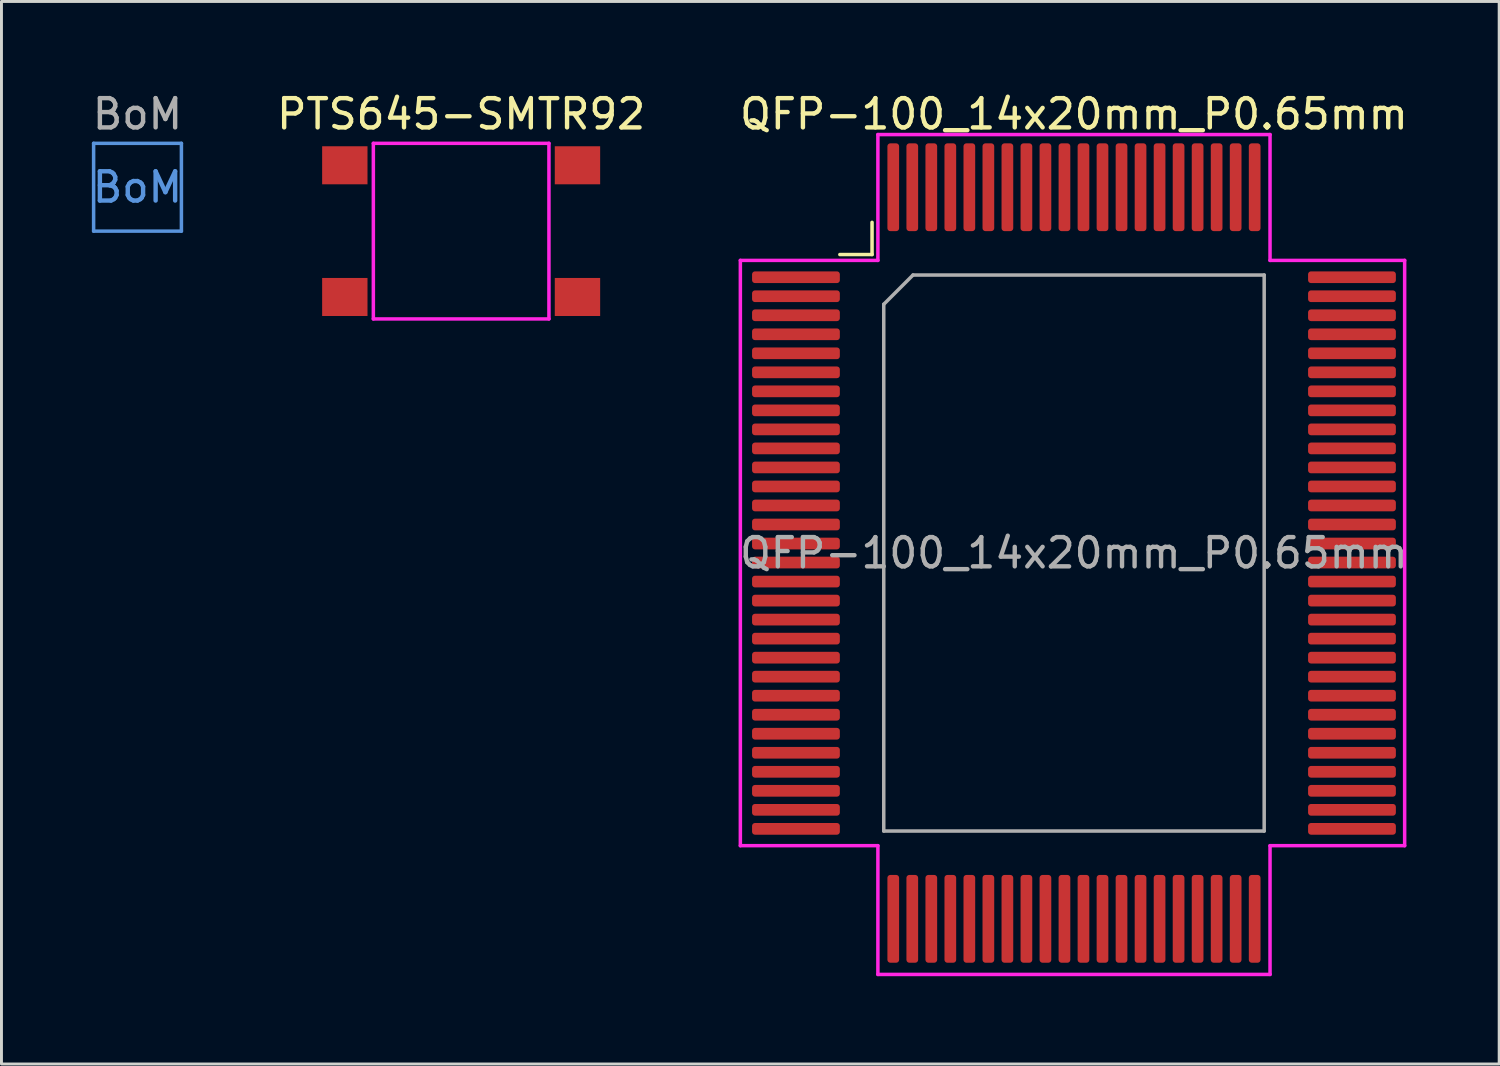
<source format=kicad_pcb>
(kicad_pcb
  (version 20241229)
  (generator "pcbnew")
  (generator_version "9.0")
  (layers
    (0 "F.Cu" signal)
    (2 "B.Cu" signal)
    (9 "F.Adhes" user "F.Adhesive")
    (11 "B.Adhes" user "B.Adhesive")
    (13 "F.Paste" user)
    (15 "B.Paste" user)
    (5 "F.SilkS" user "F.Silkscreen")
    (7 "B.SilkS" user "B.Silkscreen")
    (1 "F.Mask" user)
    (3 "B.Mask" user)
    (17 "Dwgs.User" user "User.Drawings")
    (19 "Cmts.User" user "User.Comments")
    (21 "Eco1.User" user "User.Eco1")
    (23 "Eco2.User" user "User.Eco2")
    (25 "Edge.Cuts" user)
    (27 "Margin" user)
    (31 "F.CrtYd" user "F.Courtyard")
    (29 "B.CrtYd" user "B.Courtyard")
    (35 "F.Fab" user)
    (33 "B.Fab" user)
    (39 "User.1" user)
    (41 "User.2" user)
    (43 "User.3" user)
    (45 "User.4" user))
  (footprint "BoM"
    (layer "F.Cu")
    (at 1.649 3.348)
    (property "Reference" "BoM" (at 0 -2.5 0) (layer "F.Fab") (effects (font (size 1 1) (thickness 0.15))))
    (attr exclude_from_pos_files exclude_from_bom)
    (fp_line (start -1.5 -1.5) (end 1.5 -1.5) (stroke (width 0.12) (type solid)) (layer "Cmts.User"))
    (fp_line (start -1.5 1.5) (end -1.5 -1.5) (stroke (width 0.12) (type solid)) (layer "Cmts.User"))
    (fp_line (start 1.5 -1.5) (end 1.5 1.5) (stroke (width 0.12) (type solid)) (layer "Cmts.User"))
    (fp_line (start 1.5 1.5) (end -1.5 1.5) (stroke (width 0.12) (type solid)) (layer "Cmts.User"))
    (fp_text user "BoM" (at 0 0 0) (layer "Cmts.User") (effects (font (size 1 1) (thickness 0.15)))))
  (footprint "QFP-100_14x20mm_P0.65mm"
    (layer "F.Cu")
    (at 33.649 15.848)
    (property "Reference" "QFP-100_14x20mm_P0.65mm" (at 0 -15 0) (layer "F.SilkS") (effects (font (size 1 1) (thickness 0.15))))
    (attr through_hole)
    (fp_line (start -6.9 -10.2) (end -8 -10.2) (stroke (width 0.12) (type solid)) (layer "F.SilkS"))
    (fp_line (start -6.9 -10.2) (end -6.9 -11.3) (stroke (width 0.12) (type solid)) (layer "F.SilkS"))
    (fp_line (start -11.4 -10) (end -6.7 -10) (stroke (width 0.12) (type solid)) (layer "F.CrtYd"))
    (fp_line (start -11.4 10) (end -11.4 -10) (stroke (width 0.12) (type solid)) (layer "F.CrtYd"))
    (fp_line (start -6.7 -14.3) (end 6.7 -14.3) (stroke (width 0.12) (type solid)) (layer "F.CrtYd"))
    (fp_line (start -6.7 -10) (end -6.7 -14.3) (stroke (width 0.12) (type solid)) (layer "F.CrtYd"))
    (fp_line (start -6.7 10) (end -11.4 10) (stroke (width 0.12) (type solid)) (layer "F.CrtYd"))
    (fp_line (start -6.7 14.4) (end -6.7 10) (stroke (width 0.12) (type solid)) (layer "F.CrtYd"))
    (fp_line (start 6.7 -14.3) (end 6.7 -10) (stroke (width 0.12) (type solid)) (layer "F.CrtYd"))
    (fp_line (start 6.7 -10) (end 11.3 -10) (stroke (width 0.12) (type solid)) (layer "F.CrtYd"))
    (fp_line (start 6.7 10) (end 6.7 14.4) (stroke (width 0.12) (type solid)) (layer "F.CrtYd"))
    (fp_line (start 6.7 14.4) (end -6.7 14.4) (stroke (width 0.12) (type solid)) (layer "F.CrtYd"))
    (fp_line (start 11.3 -10) (end 11.3 10) (stroke (width 0.12) (type solid)) (layer "F.CrtYd"))
    (fp_line (start 11.3 10) (end 6.7 10) (stroke (width 0.12) (type solid)) (layer "F.CrtYd"))
    (fp_line (start -6.5 -8.5) (end -5.5 -9.5) (stroke (width 0.12) (type solid)) (layer "F.Fab"))
    (fp_line (start -6.5 9.5) (end -6.5 -8.5) (stroke (width 0.12) (type solid)) (layer "F.Fab"))
    (fp_line (start -5.5 -9.5) (end 6.5 -9.5) (stroke (width 0.12) (type solid)) (layer "F.Fab"))
    (fp_line (start 6.5 -9.5) (end 6.5 9.5) (stroke (width 0.12) (type solid)) (layer "F.Fab"))
    (fp_line (start 6.5 9.5) (end -6.5 9.5) (stroke (width 0.12) (type solid)) (layer "F.Fab"))
    (fp_text user "${REFERENCE}" (at 0 0 0) (layer "F.Fab") (effects (font (size 1 1) (thickness 0.15))))
    (pad "1" smd roundrect (at -9.5 -9.425) (size 3 0.4) (layers "F.Cu" "F.Mask" "F.Paste") (roundrect_rratio 0.25))
    (pad "2" smd roundrect (at -9.5 -8.775) (size 3 0.4) (layers "F.Cu" "F.Mask" "F.Paste") (roundrect_rratio 0.25))
    (pad "3" smd roundrect (at -9.5 -8.125) (size 3 0.4) (layers "F.Cu" "F.Mask" "F.Paste") (roundrect_rratio 0.25))
    (pad "4" smd roundrect (at -9.5 -7.475) (size 3 0.4) (layers "F.Cu" "F.Mask" "F.Paste") (roundrect_rratio 0.25))
    (pad "5" smd roundrect (at -9.5 -6.825) (size 3 0.4) (layers "F.Cu" "F.Mask" "F.Paste") (roundrect_rratio 0.25))
    (pad "6" smd roundrect (at -9.5 -6.175) (size 3 0.4) (layers "F.Cu" "F.Mask" "F.Paste") (roundrect_rratio 0.25))
    (pad "7" smd roundrect (at -9.5 -5.525) (size 3 0.4) (layers "F.Cu" "F.Mask" "F.Paste") (roundrect_rratio 0.25))
    (pad "8" smd roundrect (at -9.5 -4.875) (size 3 0.4) (layers "F.Cu" "F.Mask" "F.Paste") (roundrect_rratio 0.25))
    (pad "9" smd roundrect (at -9.5 -4.225) (size 3 0.4) (layers "F.Cu" "F.Mask" "F.Paste") (roundrect_rratio 0.25))
    (pad "10" smd roundrect (at -9.5 -3.575) (size 3 0.4) (layers "F.Cu" "F.Mask" "F.Paste") (roundrect_rratio 0.25))
    (pad "11" smd roundrect (at -9.5 -2.925) (size 3 0.4) (layers "F.Cu" "F.Mask" "F.Paste") (roundrect_rratio 0.25))
    (pad "12" smd roundrect (at -9.5 -2.275) (size 3 0.4) (layers "F.Cu" "F.Mask" "F.Paste") (roundrect_rratio 0.25))
    (pad "13" smd roundrect (at -9.5 -1.625) (size 3 0.4) (layers "F.Cu" "F.Mask" "F.Paste") (roundrect_rratio 0.25))
    (pad "14" smd roundrect (at -9.5 -0.975) (size 3 0.4) (layers "F.Cu" "F.Mask" "F.Paste") (roundrect_rratio 0.25))
    (pad "15" smd roundrect (at -9.5 -0.325) (size 3 0.4) (layers "F.Cu" "F.Mask" "F.Paste") (roundrect_rratio 0.25))
    (pad "16" smd roundrect (at -9.5 0.325) (size 3 0.4) (layers "F.Cu" "F.Mask" "F.Paste") (roundrect_rratio 0.25))
    (pad "17" smd roundrect (at -9.5 0.975) (size 3 0.4) (layers "F.Cu" "F.Mask" "F.Paste") (roundrect_rratio 0.25))
    (pad "18" smd roundrect (at -9.5 1.625) (size 3 0.4) (layers "F.Cu" "F.Mask" "F.Paste") (roundrect_rratio 0.25))
    (pad "19" smd roundrect (at -9.5 2.275) (size 3 0.4) (layers "F.Cu" "F.Mask" "F.Paste") (roundrect_rratio 0.25))
    (pad "20" smd roundrect (at -9.5 2.925) (size 3 0.4) (layers "F.Cu" "F.Mask" "F.Paste") (roundrect_rratio 0.25))
    (pad "21" smd roundrect (at -9.5 3.575) (size 3 0.4) (layers "F.Cu" "F.Mask" "F.Paste") (roundrect_rratio 0.25))
    (pad "22" smd roundrect (at -9.5 4.225) (size 3 0.4) (layers "F.Cu" "F.Mask" "F.Paste") (roundrect_rratio 0.25))
    (pad "23" smd roundrect (at -9.5 4.875) (size 3 0.4) (layers "F.Cu" "F.Mask" "F.Paste") (roundrect_rratio 0.25))
    (pad "24" smd roundrect (at -9.5 5.525) (size 3 0.4) (layers "F.Cu" "F.Mask" "F.Paste") (roundrect_rratio 0.25))
    (pad "25" smd roundrect (at -9.5 6.175) (size 3 0.4) (layers "F.Cu" "F.Mask" "F.Paste") (roundrect_rratio 0.25))
    (pad "26" smd roundrect (at -9.5 6.825) (size 3 0.4) (layers "F.Cu" "F.Mask" "F.Paste") (roundrect_rratio 0.25))
    (pad "27" smd roundrect (at -9.5 7.475) (size 3 0.4) (layers "F.Cu" "F.Mask" "F.Paste") (roundrect_rratio 0.25))
    (pad "28" smd roundrect (at -9.5 8.125) (size 3 0.4) (layers "F.Cu" "F.Mask" "F.Paste") (roundrect_rratio 0.25))
    (pad "29" smd roundrect (at -9.5 8.775) (size 3 0.4) (layers "F.Cu" "F.Mask" "F.Paste") (roundrect_rratio 0.25))
    (pad "30" smd roundrect (at -9.5 9.425) (size 3 0.4) (layers "F.Cu" "F.Mask" "F.Paste") (roundrect_rratio 0.25))
    (pad "31" smd roundrect (at -6.175 12.5) (size 0.4 3) (layers "F.Cu" "F.Mask" "F.Paste") (roundrect_rratio 0.25))
    (pad "32" smd roundrect (at -5.525 12.5) (size 0.4 3) (layers "F.Cu" "F.Mask" "F.Paste") (roundrect_rratio 0.25))
    (pad "33" smd roundrect (at -4.875 12.5) (size 0.4 3) (layers "F.Cu" "F.Mask" "F.Paste") (roundrect_rratio 0.25))
    (pad "34" smd roundrect (at -4.225 12.5) (size 0.4 3) (layers "F.Cu" "F.Mask" "F.Paste") (roundrect_rratio 0.25))
    (pad "35" smd roundrect (at -3.575 12.5) (size 0.4 3) (layers "F.Cu" "F.Mask" "F.Paste") (roundrect_rratio 0.25))
    (pad "36" smd roundrect (at -2.925 12.5) (size 0.4 3) (layers "F.Cu" "F.Mask" "F.Paste") (roundrect_rratio 0.25))
    (pad "37" smd roundrect (at -2.275 12.5) (size 0.4 3) (layers "F.Cu" "F.Mask" "F.Paste") (roundrect_rratio 0.25))
    (pad "38" smd roundrect (at -1.625 12.5) (size 0.4 3) (layers "F.Cu" "F.Mask" "F.Paste") (roundrect_rratio 0.25))
    (pad "39" smd roundrect (at -0.975 12.5) (size 0.4 3) (layers "F.Cu" "F.Mask" "F.Paste") (roundrect_rratio 0.25))
    (pad "40" smd roundrect (at -0.325 12.5) (size 0.4 3) (layers "F.Cu" "F.Mask" "F.Paste") (roundrect_rratio 0.25))
    (pad "41" smd roundrect (at 0.325 12.5) (size 0.4 3) (layers "F.Cu" "F.Mask" "F.Paste") (roundrect_rratio 0.25))
    (pad "42" smd roundrect (at 0.975 12.5) (size 0.4 3) (layers "F.Cu" "F.Mask" "F.Paste") (roundrect_rratio 0.25))
    (pad "43" smd roundrect (at 1.625 12.5) (size 0.4 3) (layers "F.Cu" "F.Mask" "F.Paste") (roundrect_rratio 0.25))
    (pad "44" smd roundrect (at 2.275 12.5) (size 0.4 3) (layers "F.Cu" "F.Mask" "F.Paste") (roundrect_rratio 0.25))
    (pad "45" smd roundrect (at 2.925 12.5) (size 0.4 3) (layers "F.Cu" "F.Mask" "F.Paste") (roundrect_rratio 0.25))
    (pad "46" smd roundrect (at 3.575 12.5) (size 0.4 3) (layers "F.Cu" "F.Mask" "F.Paste") (roundrect_rratio 0.25))
    (pad "47" smd roundrect (at 4.225 12.5) (size 0.4 3) (layers "F.Cu" "F.Mask" "F.Paste") (roundrect_rratio 0.25))
    (pad "48" smd roundrect (at 4.875 12.5) (size 0.4 3) (layers "F.Cu" "F.Mask" "F.Paste") (roundrect_rratio 0.25))
    (pad "49" smd roundrect (at 5.525 12.5) (size 0.4 3) (layers "F.Cu" "F.Mask" "F.Paste") (roundrect_rratio 0.25))
    (pad "50" smd roundrect (at 6.175 12.5) (size 0.4 3) (layers "F.Cu" "F.Mask" "F.Paste") (roundrect_rratio 0.25))
    (pad "51" smd roundrect (at 9.5 9.425) (size 3 0.4) (layers "F.Cu" "F.Mask" "F.Paste") (roundrect_rratio 0.25))
    (pad "52" smd roundrect (at 9.5 8.775) (size 3 0.4) (layers "F.Cu" "F.Mask" "F.Paste") (roundrect_rratio 0.25))
    (pad "53" smd roundrect (at 9.5 8.125) (size 3 0.4) (layers "F.Cu" "F.Mask" "F.Paste") (roundrect_rratio 0.25))
    (pad "54" smd roundrect (at 9.5 7.475) (size 3 0.4) (layers "F.Cu" "F.Mask" "F.Paste") (roundrect_rratio 0.25))
    (pad "55" smd roundrect (at 9.5 6.825) (size 3 0.4) (layers "F.Cu" "F.Mask" "F.Paste") (roundrect_rratio 0.25))
    (pad "56" smd roundrect (at 9.5 6.175) (size 3 0.4) (layers "F.Cu" "F.Mask" "F.Paste") (roundrect_rratio 0.25))
    (pad "57" smd roundrect (at 9.5 5.525) (size 3 0.4) (layers "F.Cu" "F.Mask" "F.Paste") (roundrect_rratio 0.25))
    (pad "58" smd roundrect (at 9.5 4.875) (size 3 0.4) (layers "F.Cu" "F.Mask" "F.Paste") (roundrect_rratio 0.25))
    (pad "59" smd roundrect (at 9.5 4.225) (size 3 0.4) (layers "F.Cu" "F.Mask" "F.Paste") (roundrect_rratio 0.25))
    (pad "60" smd roundrect (at 9.5 3.575) (size 3 0.4) (layers "F.Cu" "F.Mask" "F.Paste") (roundrect_rratio 0.25))
    (pad "61" smd roundrect (at 9.5 2.925) (size 3 0.4) (layers "F.Cu" "F.Mask" "F.Paste") (roundrect_rratio 0.25))
    (pad "62" smd roundrect (at 9.5 2.275) (size 3 0.4) (layers "F.Cu" "F.Mask" "F.Paste") (roundrect_rratio 0.25))
    (pad "63" smd roundrect (at 9.5 1.625) (size 3 0.4) (layers "F.Cu" "F.Mask" "F.Paste") (roundrect_rratio 0.25))
    (pad "64" smd roundrect (at 9.5 0.975) (size 3 0.4) (layers "F.Cu" "F.Mask" "F.Paste") (roundrect_rratio 0.25))
    (pad "65" smd roundrect (at 9.5 0.325) (size 3 0.4) (layers "F.Cu" "F.Mask" "F.Paste") (roundrect_rratio 0.25))
    (pad "66" smd roundrect (at 9.5 -0.325) (size 3 0.4) (layers "F.Cu" "F.Mask" "F.Paste") (roundrect_rratio 0.25))
    (pad "67" smd roundrect (at 9.5 -0.975) (size 3 0.4) (layers "F.Cu" "F.Mask" "F.Paste") (roundrect_rratio 0.25))
    (pad "68" smd roundrect (at 9.5 -1.625) (size 3 0.4) (layers "F.Cu" "F.Mask" "F.Paste") (roundrect_rratio 0.25))
    (pad "69" smd roundrect (at 9.5 -2.275) (size 3 0.4) (layers "F.Cu" "F.Mask" "F.Paste") (roundrect_rratio 0.25))
    (pad "70" smd roundrect (at 9.5 -2.925) (size 3 0.4) (layers "F.Cu" "F.Mask" "F.Paste") (roundrect_rratio 0.25))
    (pad "71" smd roundrect (at 9.5 -3.575) (size 3 0.4) (layers "F.Cu" "F.Mask" "F.Paste") (roundrect_rratio 0.25))
    (pad "72" smd roundrect (at 9.5 -4.225) (size 3 0.4) (layers "F.Cu" "F.Mask" "F.Paste") (roundrect_rratio 0.25))
    (pad "73" smd roundrect (at 9.5 -4.875) (size 3 0.4) (layers "F.Cu" "F.Mask" "F.Paste") (roundrect_rratio 0.25))
    (pad "74" smd roundrect (at 9.5 -5.525) (size 3 0.4) (layers "F.Cu" "F.Mask" "F.Paste") (roundrect_rratio 0.25))
    (pad "75" smd roundrect (at 9.5 -6.175) (size 3 0.4) (layers "F.Cu" "F.Mask" "F.Paste") (roundrect_rratio 0.25))
    (pad "76" smd roundrect (at 9.5 -6.825) (size 3 0.4) (layers "F.Cu" "F.Mask" "F.Paste") (roundrect_rratio 0.25))
    (pad "77" smd roundrect (at 9.5 -7.475) (size 3 0.4) (layers "F.Cu" "F.Mask" "F.Paste") (roundrect_rratio 0.25))
    (pad "78" smd roundrect (at 9.5 -8.125) (size 3 0.4) (layers "F.Cu" "F.Mask" "F.Paste") (roundrect_rratio 0.25))
    (pad "79" smd roundrect (at 9.5 -8.775) (size 3 0.4) (layers "F.Cu" "F.Mask" "F.Paste") (roundrect_rratio 0.25))
    (pad "80" smd roundrect (at 9.5 -9.425) (size 3 0.4) (layers "F.Cu" "F.Mask" "F.Paste") (roundrect_rratio 0.25))
    (pad "81" smd roundrect (at 6.175 -12.5) (size 0.4 3) (layers "F.Cu" "F.Mask" "F.Paste") (roundrect_rratio 0.25))
    (pad "82" smd roundrect (at 5.525 -12.5) (size 0.4 3) (layers "F.Cu" "F.Mask" "F.Paste") (roundrect_rratio 0.25))
    (pad "83" smd roundrect (at 4.875 -12.5) (size 0.4 3) (layers "F.Cu" "F.Mask" "F.Paste") (roundrect_rratio 0.25))
    (pad "84" smd roundrect (at 4.225 -12.5) (size 0.4 3) (layers "F.Cu" "F.Mask" "F.Paste") (roundrect_rratio 0.25))
    (pad "85" smd roundrect (at 3.575 -12.5) (size 0.4 3) (layers "F.Cu" "F.Mask" "F.Paste") (roundrect_rratio 0.25))
    (pad "86" smd roundrect (at 2.925 -12.5) (size 0.4 3) (layers "F.Cu" "F.Mask" "F.Paste") (roundrect_rratio 0.25))
    (pad "87" smd roundrect (at 2.275 -12.5) (size 0.4 3) (layers "F.Cu" "F.Mask" "F.Paste") (roundrect_rratio 0.25))
    (pad "88" smd roundrect (at 1.625 -12.5) (size 0.4 3) (layers "F.Cu" "F.Mask" "F.Paste") (roundrect_rratio 0.25))
    (pad "89" smd roundrect (at 0.975 -12.5) (size 0.4 3) (layers "F.Cu" "F.Mask" "F.Paste") (roundrect_rratio 0.25))
    (pad "90" smd roundrect (at 0.325 -12.5) (size 0.4 3) (layers "F.Cu" "F.Mask" "F.Paste") (roundrect_rratio 0.25))
    (pad "91" smd roundrect (at -0.325 -12.5) (size 0.4 3) (layers "F.Cu" "F.Mask" "F.Paste") (roundrect_rratio 0.25))
    (pad "92" smd roundrect (at -0.975 -12.5) (size 0.4 3) (layers "F.Cu" "F.Mask" "F.Paste") (roundrect_rratio 0.25))
    (pad "93" smd roundrect (at -1.625 -12.5) (size 0.4 3) (layers "F.Cu" "F.Mask" "F.Paste") (roundrect_rratio 0.25))
    (pad "94" smd roundrect (at -2.275 -12.5) (size 0.4 3) (layers "F.Cu" "F.Mask" "F.Paste") (roundrect_rratio 0.25))
    (pad "95" smd roundrect (at -2.925 -12.5) (size 0.4 3) (layers "F.Cu" "F.Mask" "F.Paste") (roundrect_rratio 0.25))
    (pad "96" smd roundrect (at -3.575 -12.5) (size 0.4 3) (layers "F.Cu" "F.Mask" "F.Paste") (roundrect_rratio 0.25))
    (pad "97" smd roundrect (at -4.225 -12.5) (size 0.4 3) (layers "F.Cu" "F.Mask" "F.Paste") (roundrect_rratio 0.25))
    (pad "98" smd roundrect (at -4.875 -12.5) (size 0.4 3) (layers "F.Cu" "F.Mask" "F.Paste") (roundrect_rratio 0.25))
    (pad "99" smd roundrect (at -5.525 -12.5) (size 0.4 3) (layers "F.Cu" "F.Mask" "F.Paste") (roundrect_rratio 0.25))
    (pad "100" smd roundrect (at -6.175 -12.5) (size 0.4 3) (layers "F.Cu" "F.Mask" "F.Paste") (roundrect_rratio 0.25)))
  (footprint "PTS645-SMTR92"
    (layer "F.Cu")
    (at 12.708 4.848)
    (property "Reference" "PTS645-SMTR92" (at 0 -4 0) (layer "F.SilkS") (effects (font (size 1 1) (thickness 0.15))))
    (attr through_hole)
    (fp_line (start -3 -3) (end -3 3) (stroke (width 0.12) (type solid)) (layer "F.CrtYd"))
    (fp_line (start -3 3) (end 3 3) (stroke (width 0.12) (type solid)) (layer "F.CrtYd"))
    (fp_line (start 3 -3) (end -3 -3) (stroke (width 0.12) (type solid)) (layer "F.CrtYd"))
    (fp_line (start 3 3) (end 3 -3) (stroke (width 0.12) (type solid)) (layer "F.CrtYd"))
    (pad "1" smd rect (at -3.975 -2.25) (size 1.55 1.3) (layers "F.Cu" "F.Mask" "F.Paste"))
    (pad "2" smd rect (at 3.975 -2.25) (size 1.55 1.3) (layers "F.Cu" "F.Mask" "F.Paste"))
    (pad "3" smd rect (at -3.975 2.25) (size 1.55 1.3) (layers "F.Cu" "F.Mask" "F.Paste"))
    (pad "4" smd rect (at 3.975 2.25) (size 1.55 1.3) (layers "F.Cu" "F.Mask" "F.Paste")))
  (gr_rect
    (start -3 -3)
    (end 48.179 33.308)
    (stroke (width 0.1) (type default))
    (fill no)
    (layer "Edge.Cuts")))
</source>
